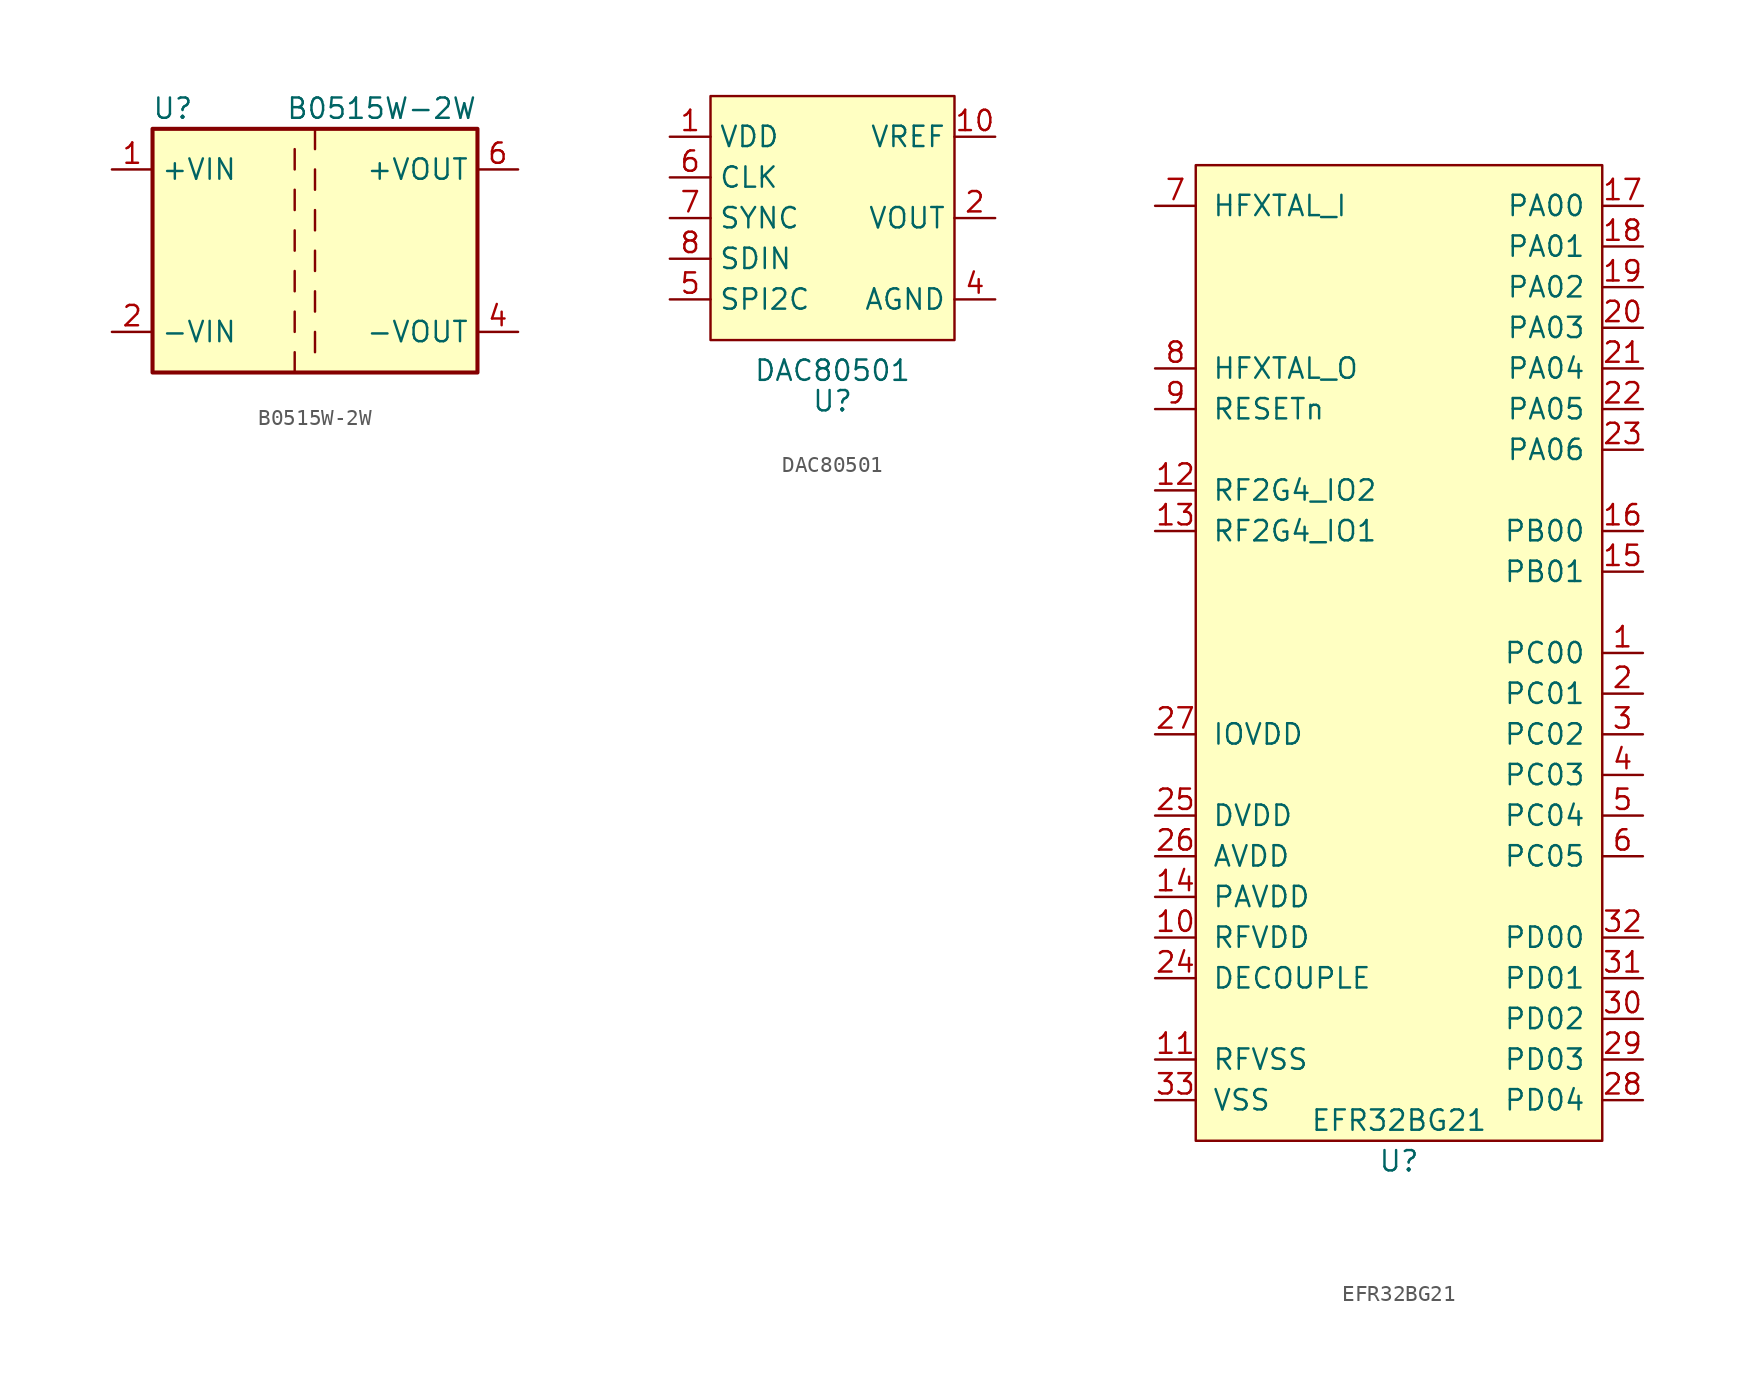
<source format=kicad_sym>
(kicad_symbol_lib
  (version 20211014)
  (generator kicad_symbol_editor)
  (symbol "B0515W-2W"
    (property "Reference" "U"
      (at -8.89 8.89 0)
      (effects (font (size 1.27 1.27))))
    (property "Value" "B0515W-2W"
      (at 10.16 8.89 0)
      (effects (font (size 1.27 1.27)) (justify right)))
    (symbol "B0515W-2W_0_1"
      (rectangle (start -10.16 7.62) (end 10.16 -7.62) (stroke (width 0.254) (type default) (color 0 0 0 0)) (fill (type background)))
      (polyline (pts (xy -1.27 -7.62) (xy -1.27 -6.35)) (stroke (width 0) (type default) (color 0 0 0 0)) (fill (type none)))
      (polyline (pts (xy -1.27 -5.08) (xy -1.27 -3.81)) (stroke (width 0) (type default) (color 0 0 0 0)) (fill (type none)))
      (polyline (pts (xy -1.27 -2.54) (xy -1.27 -1.27)) (stroke (width 0) (type default) (color 0 0 0 0)) (fill (type none)))
      (polyline (pts (xy -1.27 0) (xy -1.27 1.27)) (stroke (width 0) (type default) (color 0 0 0 0)) (fill (type none)))
      (polyline (pts (xy -1.27 2.54) (xy -1.27 3.81)) (stroke (width 0) (type default) (color 0 0 0 0)) (fill (type none)))
      (polyline (pts (xy -1.27 5.08) (xy -1.27 6.35)) (stroke (width 0) (type default) (color 0 0 0 0)) (fill (type none)))
      (polyline (pts (xy 0 -5.08) (xy 0 -6.35)) (stroke (width 0) (type default) (color 0 0 0 0)) (fill (type none)))
      (polyline (pts (xy 0 -2.54) (xy 0 -3.81)) (stroke (width 0) (type default) (color 0 0 0 0)) (fill (type none)))
      (polyline (pts (xy 0 0) (xy 0 -1.27)) (stroke (width 0) (type default) (color 0 0 0 0)) (fill (type none)))
      (polyline (pts (xy 0 2.54) (xy 0 1.27)) (stroke (width 0) (type default) (color 0 0 0 0)) (fill (type none)))
      (polyline (pts (xy 0 5.08) (xy 0 3.81)) (stroke (width 0) (type default) (color 0 0 0 0)) (fill (type none)))
      (polyline (pts (xy 0 7.62) (xy 0 6.35)) (stroke (width 0) (type default) (color 0 0 0 0)) (fill (type none))))
    (symbol "B0515W-2W_1_1"
      (pin power_in line (at -12.7 5.08 0) (length 2.54) (name "+VIN" (effects (font (size 1.27 1.27)))) (number "1" (effects (font (size 1.27 1.27)))))
      (pin power_in line (at -12.7 -5.08 0) (length 2.54) (name "-VIN" (effects (font (size 1.27 1.27)))) (number "2" (effects (font (size 1.27 1.27)))))
      (pin power_out line (at 12.7 -5.08 180) (length 2.54) (name "-VOUT" (effects (font (size 1.27 1.27)))) (number "4" (effects (font (size 1.27 1.27)))))
      (pin power_out line (at 12.7 5.08 180) (length 2.54) (name "+VOUT" (effects (font (size 1.27 1.27)))) (number "6" (effects (font (size 1.27 1.27)))))))
  (symbol "DAC80501"
    (property "Reference" "U"
      (at 0 -3.81 0)
      (effects (font (size 1.27 1.27))))
    (property "Value" "DAC80501"
      (at 0 -1.905 0)
      (effects (font (size 1.27 1.27))))
    (symbol "DAC80501_0_1"
      (rectangle (start -7.62 15.24) (end 7.62 0) (stroke (width 0) (type default) (color 0 0 0 0)) (fill (type background))))
    (symbol "DAC80501_1_1"
      (pin power_in line (at -10.16 12.7 0) (length 2.54) (name "VDD" (effects (font (size 1.27 1.27)))) (number "1" (effects (font (size 1.27 1.27)))))
      (pin input line (at 10.16 12.7 180) (length 2.54) (name "VREF" (effects (font (size 1.27 1.27)))) (number "10" (effects (font (size 1.27 1.27)))))
      (pin output line (at 10.16 7.62 180) (length 2.54) (name "VOUT" (effects (font (size 1.27 1.27)))) (number "2" (effects (font (size 1.27 1.27)))))
      (pin no_connect line (at 2.54 10.16 90) (length 2.54) hide (name "NC" (effects (font (size 1.27 1.27)))) (number "3" (effects (font (size 1.27 1.27)))))
      (pin power_in line (at 10.16 2.54 180) (length 2.54) (name "AGND" (effects (font (size 1.27 1.27)))) (number "4" (effects (font (size 1.27 1.27)))))
      (pin input line (at -10.16 2.54 0) (length 2.54) (name "SPI2C" (effects (font (size 1.27 1.27)))) (number "5" (effects (font (size 1.27 1.27)))))
      (pin input line (at -10.16 10.16 0) (length 2.54) (name "CLK" (effects (font (size 1.27 1.27)))) (number "6" (effects (font (size 1.27 1.27)))))
      (pin input line (at -10.16 7.62 0) (length 2.54) (name "SYNC" (effects (font (size 1.27 1.27)))) (number "7" (effects (font (size 1.27 1.27)))))
      (pin input line (at -10.16 5.08 0) (length 2.54) (name "SDIN" (effects (font (size 1.27 1.27)))) (number "8" (effects (font (size 1.27 1.27)))))
      (pin no_connect line (at 0 10.16 90) (length 2.54) hide (name "NC" (effects (font (size 1.27 1.27)))) (number "9" (effects (font (size 1.27 1.27)))))))
  (symbol "EFR32BG21"
    (pin_names
      (offset 1.016))
    (property "Reference" "U"
      (at 0 -2.54 0)
      (effects (font (size 1.27 1.27))))
    (property "Value" "EFR32BG21"
      (at 0 0 0)
      (effects (font (size 1.27 1.27))))
    (symbol "EFR32BG21_0_1"
      (rectangle (start -12.7 59.69) (end 12.7 -1.27) (stroke (width 0) (type default) (color 0 0 0 0)) (fill (type background))))
    (symbol "EFR32BG21_1_1"
      (pin bidirectional line (at 15.24 29.21 180) (length 2.54) (name "PC00" (effects (font (size 1.27 1.27)))) (number "1" (effects (font (size 1.27 1.27)))))
      (pin power_in line (at -15.24 11.43 0) (length 2.54) (name "RFVDD" (effects (font (size 1.27 1.27)))) (number "10" (effects (font (size 1.27 1.27)))))
      (pin power_in line (at -15.24 3.81 0) (length 2.54) (name "RFVSS" (effects (font (size 1.27 1.27)))) (number "11" (effects (font (size 1.27 1.27)))))
      (pin passive line (at -15.24 39.37 0) (length 2.54) (name "RF2G4_IO2" (effects (font (size 1.27 1.27)))) (number "12" (effects (font (size 1.27 1.27)))))
      (pin passive line (at -15.24 36.83 0) (length 2.54) (name "RF2G4_IO1" (effects (font (size 1.27 1.27)))) (number "13" (effects (font (size 1.27 1.27)))))
      (pin power_in line (at -15.24 13.97 0) (length 2.54) (name "PAVDD" (effects (font (size 1.27 1.27)))) (number "14" (effects (font (size 1.27 1.27)))))
      (pin bidirectional line (at 15.24 34.29 180) (length 2.54) (name "PB01" (effects (font (size 1.27 1.27)))) (number "15" (effects (font (size 1.27 1.27)))))
      (pin bidirectional line (at 15.24 36.83 180) (length 2.54) (name "PB00" (effects (font (size 1.27 1.27)))) (number "16" (effects (font (size 1.27 1.27)))))
      (pin bidirectional line (at 15.24 57.15 180) (length 2.54) (name "PA00" (effects (font (size 1.27 1.27)))) (number "17" (effects (font (size 1.27 1.27)))))
      (pin bidirectional line (at 15.24 54.61 180) (length 2.54) (name "PA01" (effects (font (size 1.27 1.27)))) (number "18" (effects (font (size 1.27 1.27)))))
      (pin bidirectional line (at 15.24 52.07 180) (length 2.54) (name "PA02" (effects (font (size 1.27 1.27)))) (number "19" (effects (font (size 1.27 1.27)))))
      (pin bidirectional line (at 15.24 26.67 180) (length 2.54) (name "PC01" (effects (font (size 1.27 1.27)))) (number "2" (effects (font (size 1.27 1.27)))))
      (pin bidirectional line (at 15.24 49.53 180) (length 2.54) (name "PA03" (effects (font (size 1.27 1.27)))) (number "20" (effects (font (size 1.27 1.27)))))
      (pin bidirectional line (at 15.24 46.99 180) (length 2.54) (name "PA04" (effects (font (size 1.27 1.27)))) (number "21" (effects (font (size 1.27 1.27)))))
      (pin bidirectional line (at 15.24 44.45 180) (length 2.54) (name "PA05" (effects (font (size 1.27 1.27)))) (number "22" (effects (font (size 1.27 1.27)))))
      (pin bidirectional line (at 15.24 41.91 180) (length 2.54) (name "PA06" (effects (font (size 1.27 1.27)))) (number "23" (effects (font (size 1.27 1.27)))))
      (pin bidirectional line (at -15.24 8.89 0) (length 2.54) (name "DECOUPLE" (effects (font (size 1.27 1.27)))) (number "24" (effects (font (size 1.27 1.27)))))
      (pin power_in line (at -15.24 19.05 0) (length 2.54) (name "DVDD" (effects (font (size 1.27 1.27)))) (number "25" (effects (font (size 1.27 1.27)))))
      (pin power_in line (at -15.24 16.51 0) (length 2.54) (name "AVDD" (effects (font (size 1.27 1.27)))) (number "26" (effects (font (size 1.27 1.27)))))
      (pin power_in line (at -15.24 24.13 0) (length 2.54) (name "IOVDD" (effects (font (size 1.27 1.27)))) (number "27" (effects (font (size 1.27 1.27)))))
      (pin bidirectional line (at 15.24 1.27 180) (length 2.54) (name "PD04" (effects (font (size 1.27 1.27)))) (number "28" (effects (font (size 1.27 1.27)))))
      (pin bidirectional line (at 15.24 3.81 180) (length 2.54) (name "PD03" (effects (font (size 1.27 1.27)))) (number "29" (effects (font (size 1.27 1.27)))))
      (pin bidirectional line (at 15.24 24.13 180) (length 2.54) (name "PC02" (effects (font (size 1.27 1.27)))) (number "3" (effects (font (size 1.27 1.27)))))
      (pin bidirectional line (at 15.24 6.35 180) (length 2.54) (name "PD02" (effects (font (size 1.27 1.27)))) (number "30" (effects (font (size 1.27 1.27)))))
      (pin bidirectional line (at 15.24 8.89 180) (length 2.54) (name "PD01" (effects (font (size 1.27 1.27)))) (number "31" (effects (font (size 1.27 1.27)))))
      (pin bidirectional line (at 15.24 11.43 180) (length 2.54) (name "PD00" (effects (font (size 1.27 1.27)))) (number "32" (effects (font (size 1.27 1.27)))))
      (pin power_in line (at -15.24 1.27 0) (length 2.54) (name "VSS" (effects (font (size 1.27 1.27)))) (number "33" (effects (font (size 1.27 1.27)))))
      (pin bidirectional line (at 15.24 21.59 180) (length 2.54) (name "PC03" (effects (font (size 1.27 1.27)))) (number "4" (effects (font (size 1.27 1.27)))))
      (pin bidirectional line (at 15.24 19.05 180) (length 2.54) (name "PC04" (effects (font (size 1.27 1.27)))) (number "5" (effects (font (size 1.27 1.27)))))
      (pin bidirectional line (at 15.24 16.51 180) (length 2.54) (name "PC05" (effects (font (size 1.27 1.27)))) (number "6" (effects (font (size 1.27 1.27)))))
      (pin input line (at -15.24 57.15 0) (length 2.54) (name "HFXTAL_I" (effects (font (size 1.27 1.27)))) (number "7" (effects (font (size 1.27 1.27)))))
      (pin input line (at -15.24 46.99 0) (length 2.54) (name "HFXTAL_O" (effects (font (size 1.27 1.27)))) (number "8" (effects (font (size 1.27 1.27)))))
      (pin bidirectional line (at -15.24 44.45 0) (length 2.54) (name "RESETn" (effects (font (size 1.27 1.27)))) (number "9" (effects (font (size 1.27 1.27))))))))
</source>
